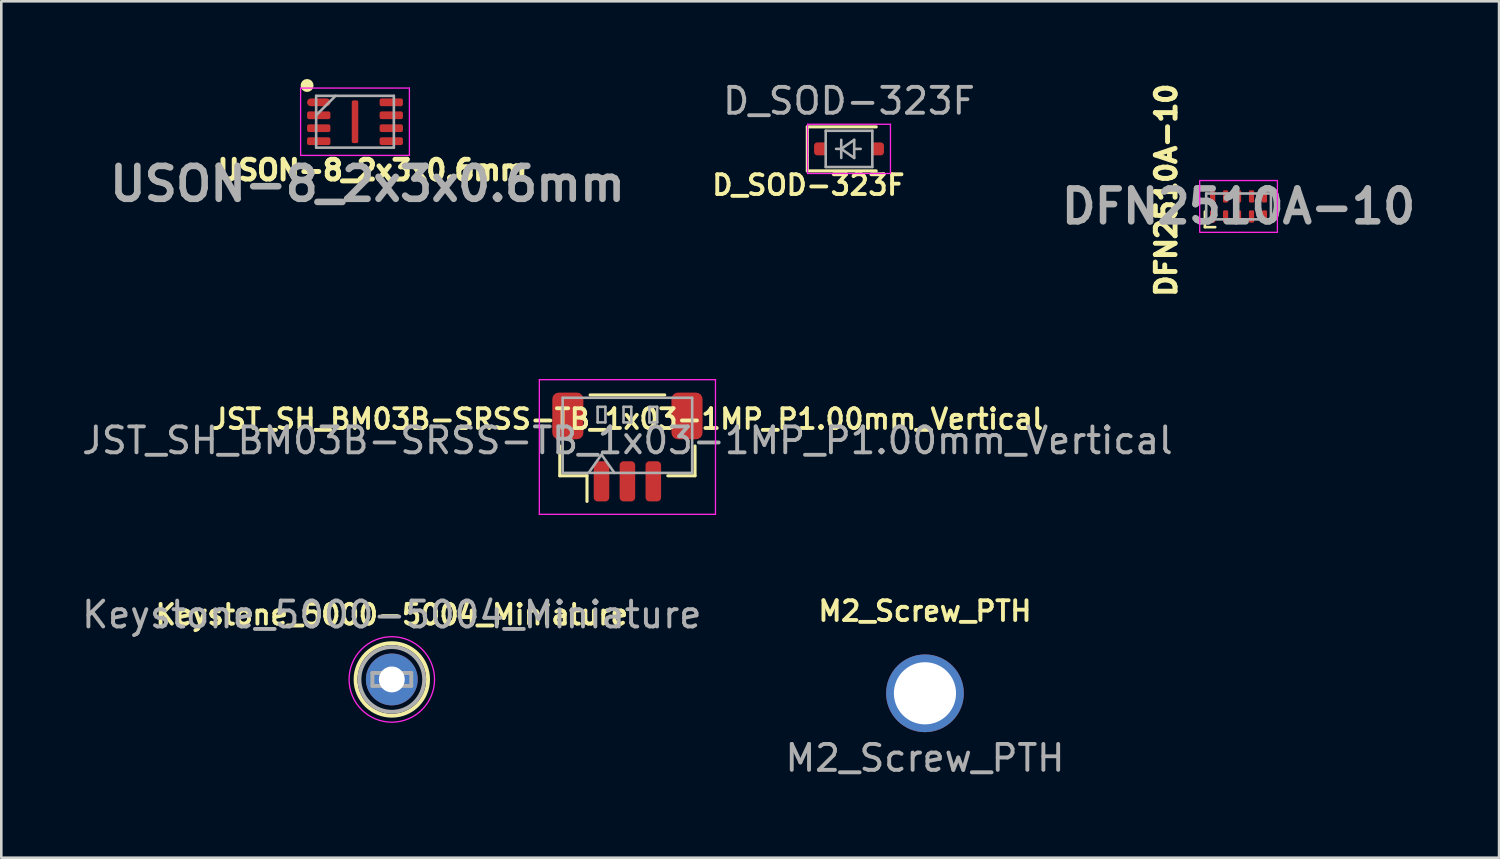
<source format=kicad_pcb>
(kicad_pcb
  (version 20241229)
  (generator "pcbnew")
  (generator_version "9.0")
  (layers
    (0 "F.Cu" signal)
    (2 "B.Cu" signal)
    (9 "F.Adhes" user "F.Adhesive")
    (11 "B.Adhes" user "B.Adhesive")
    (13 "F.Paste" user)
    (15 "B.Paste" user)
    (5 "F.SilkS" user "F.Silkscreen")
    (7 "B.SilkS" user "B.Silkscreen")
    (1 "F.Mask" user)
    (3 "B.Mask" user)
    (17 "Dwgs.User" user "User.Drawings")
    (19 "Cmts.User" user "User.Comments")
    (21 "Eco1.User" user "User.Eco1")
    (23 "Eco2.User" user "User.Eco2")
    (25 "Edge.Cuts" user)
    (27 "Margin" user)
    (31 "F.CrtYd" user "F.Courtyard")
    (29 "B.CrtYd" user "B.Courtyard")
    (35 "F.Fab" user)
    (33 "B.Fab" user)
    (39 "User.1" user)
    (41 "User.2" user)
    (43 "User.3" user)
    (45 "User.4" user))
  (footprint "DFN2510A-10"
    (layer "F.Cu")
    (at 44.768 4.92)
    (property "Reference" "DFN2510A-10" (at -2.794 -0.628 90) (layer "F.SilkS") (effects (font (size 0.762 0.762) (thickness 0.191))))
    (attr smd)
    (fp_line (start -1.3 0.2) (end -1.3 0.8) (stroke (width 0.1) (type default)) (layer "F.SilkS"))
    (fp_line (start -1.3 0.8) (end -0.9 0.8) (stroke (width 0.1) (type default)) (layer "F.SilkS"))
    (fp_rect (start -1.5 -1) (end 1.5 1) (stroke (width 0.05) (type default)) (fill no) (layer "F.CrtYd"))
    (fp_line (start -1.25 -0.5) (end -1.25 0.5) (stroke (width 0.1) (type solid)) (layer "F.Fab"))
    (fp_line (start -1.25 0.5) (end 1.25 0.5) (stroke (width 0.1) (type solid)) (layer "F.Fab"))
    (fp_line (start 1.25 -0.5) (end -1.25 -0.5) (stroke (width 0.1) (type solid)) (layer "F.Fab"))
    (fp_line (start 1.25 0.5) (end 1.25 -0.5) (stroke (width 0.1) (type solid)) (layer "F.Fab"))
    (fp_text user "${REFERENCE}" (at 0 0 0) (layer "F.Fab") (effects (font (size 1.27 1.27) (thickness 0.254))))
    (pad "1" smd roundrect (at -1 0.388) (size 0.2 0.475) (layers "F.Cu" "F.Mask" "F.Paste") (roundrect_rratio 0.25))
    (pad "2" smd roundrect (at -0.5 0.388) (size 0.2 0.475) (layers "F.Cu" "F.Mask" "F.Paste") (roundrect_rratio 0.25))
    (pad "3" smd roundrect (at 0 0.388) (size 0.2 0.475) (layers "F.Cu" "F.Mask" "F.Paste") (roundrect_rratio 0.25))
    (pad "4" smd roundrect (at 0.5 0.388) (size 0.2 0.475) (layers "F.Cu" "F.Mask" "F.Paste") (roundrect_rratio 0.25))
    (pad "5" smd roundrect (at 1 0.388) (size 0.2 0.475) (layers "F.Cu" "F.Mask" "F.Paste") (roundrect_rratio 0.25))
    (pad "6" smd roundrect (at 1 -0.388) (size 0.2 0.475) (layers "F.Cu" "F.Mask" "F.Paste") (roundrect_rratio 0.25))
    (pad "7" smd roundrect (at 0.5 -0.388) (size 0.2 0.475) (layers "F.Cu" "F.Mask" "F.Paste") (roundrect_rratio 0.25))
    (pad "8" smd roundrect (at 0 -0.388) (size 0.2 0.475) (layers "F.Cu" "F.Mask" "F.Paste") (roundrect_rratio 0.25))
    (pad "9" smd roundrect (at -0.5 -0.388) (size 0.2 0.475) (layers "F.Cu" "F.Mask" "F.Paste") (roundrect_rratio 0.25))
    (pad "10" smd roundrect (at -1 -0.388) (size 0.2 0.475) (layers "F.Cu" "F.Mask" "F.Paste") (roundrect_rratio 0.25)))
  (footprint "M2_Screw_PTH"
    (layer "F.Cu")
    (at 32.661 23.717)
    (property "Reference" "M2_Screw_PTH" (at 0 -3.175 0) (unlocked yes) (layer "F.SilkS") (effects (font (size 0.762 0.762) (thickness 0.15))))
    (attr through_hole)
    (fp_text user "${REFERENCE}" (at 0 2.5 0) (unlocked yes) (layer "F.Fab") (effects (font (size 1 1) (thickness 0.15))))
    (pad "1" thru_hole circle (at 0 0) (size 3 3) (drill 2.4) (layers "*.Cu" "*.Mask")))
  (footprint "Keystone_5000-5004_Miniature"
    (layer "F.Cu")
    (at 12.077 23.182)
    (property "Reference" "Keystone_5000-5004_Miniature" (at 0 -2.5 0) (layer "F.SilkS") (effects (font (size 0.762 0.762) (thickness 0.15))))
    (attr through_hole)
    (fp_circle (center 0 0) (end 1.4 0) (stroke (width 0.15) (type solid)) (fill no) (layer "F.SilkS"))
    (fp_circle (center 0 0) (end 1.65 0) (stroke (width 0.05) (type solid)) (fill no) (layer "F.CrtYd"))
    (fp_line (start -0.75 -0.25) (end 0.75 -0.25) (stroke (width 0.15) (type solid)) (layer "F.Fab"))
    (fp_line (start -0.75 0.25) (end -0.75 -0.25) (stroke (width 0.15) (type solid)) (layer "F.Fab"))
    (fp_line (start 0.75 -0.25) (end 0.75 0.25) (stroke (width 0.15) (type solid)) (layer "F.Fab"))
    (fp_line (start 0.75 0.25) (end -0.75 0.25) (stroke (width 0.15) (type solid)) (layer "F.Fab"))
    (fp_circle (center 0 0) (end 1.25 0) (stroke (width 0.15) (type solid)) (fill no) (layer "F.Fab"))
    (fp_text user "${REFERENCE}" (at 0 -2.5 0) (layer "F.Fab") (effects (font (size 1 1) (thickness 0.15))))
    (pad "1" thru_hole circle (at 0 0) (size 2 2) (drill 1) (layers "*.Cu" "*.Mask")))
  (footprint "JST_SH_BM03B-SRSS-TB_1x03-1MP_P1.00mm_Vertical"
    (layer "F.Cu")
    (at 21.173 14.208)
    (property "Reference" "JST_SH_BM03B-SRSS-TB_1x03-1MP_P1.00mm_Vertical" (at 0 -1.079 180) (layer "F.SilkS") (effects (font (size 0.762 0.762) (thickness 0.15))))
    (attr smd)
    (fp_line (start -2.61 1.11) (end -2.61 -0.04) (stroke (width 0.12) (type solid)) (layer "F.SilkS"))
    (fp_line (start -1.56 1.11) (end -2.61 1.11) (stroke (width 0.12) (type solid)) (layer "F.SilkS"))
    (fp_line (start -1.56 2.1) (end -1.56 1.11) (stroke (width 0.12) (type solid)) (layer "F.SilkS"))
    (fp_line (start 1.44 -2.01) (end -1.44 -2.01) (stroke (width 0.12) (type solid)) (layer "F.SilkS"))
    (fp_line (start 1.56 1.11) (end 2.61 1.11) (stroke (width 0.12) (type solid)) (layer "F.SilkS"))
    (fp_line (start 2.61 1.11) (end 2.61 -0.04) (stroke (width 0.12) (type solid)) (layer "F.SilkS"))
    (fp_line (start -3.4 -2.6) (end 3.4 -2.6) (stroke (width 0.05) (type solid)) (layer "F.CrtYd"))
    (fp_line (start -3.4 2.6) (end -3.4 -2.6) (stroke (width 0.05) (type solid)) (layer "F.CrtYd"))
    (fp_line (start 3.4 -2.6) (end 3.4 2.6) (stroke (width 0.05) (type solid)) (layer "F.CrtYd"))
    (fp_line (start 3.4 2.6) (end -3.4 2.6) (stroke (width 0.05) (type solid)) (layer "F.CrtYd"))
    (fp_line (start -2.5 -1.9) (end -2.5 1) (stroke (width 0.1) (type solid)) (layer "F.Fab"))
    (fp_line (start -1.15 -1.55) (end -0.85 -1.55) (stroke (width 0.1) (type solid)) (layer "F.Fab"))
    (fp_line (start -1.15 -0.95) (end -1.15 -1.55) (stroke (width 0.1) (type solid)) (layer "F.Fab"))
    (fp_line (start -1 0.293) (end -1.5 1) (stroke (width 0.1) (type solid)) (layer "F.Fab"))
    (fp_line (start -0.85 -1.55) (end -0.85 -0.95) (stroke (width 0.1) (type solid)) (layer "F.Fab"))
    (fp_line (start -0.85 -0.95) (end -1.15 -0.95) (stroke (width 0.1) (type solid)) (layer "F.Fab"))
    (fp_line (start -0.5 1) (end -1 0.293) (stroke (width 0.1) (type solid)) (layer "F.Fab"))
    (fp_line (start -0.15 -1.55) (end 0.15 -1.55) (stroke (width 0.1) (type solid)) (layer "F.Fab"))
    (fp_line (start -0.15 -0.95) (end -0.15 -1.55) (stroke (width 0.1) (type solid)) (layer "F.Fab"))
    (fp_line (start 0.15 -1.55) (end 0.15 -0.95) (stroke (width 0.1) (type solid)) (layer "F.Fab"))
    (fp_line (start 0.15 -0.95) (end -0.15 -0.95) (stroke (width 0.1) (type solid)) (layer "F.Fab"))
    (fp_line (start 0.85 -1.55) (end 1.15 -1.55) (stroke (width 0.1) (type solid)) (layer "F.Fab"))
    (fp_line (start 0.85 -0.95) (end 0.85 -1.55) (stroke (width 0.1) (type solid)) (layer "F.Fab"))
    (fp_line (start 1.15 -1.55) (end 1.15 -0.95) (stroke (width 0.1) (type solid)) (layer "F.Fab"))
    (fp_line (start 1.15 -0.95) (end 0.85 -0.95) (stroke (width 0.1) (type solid)) (layer "F.Fab"))
    (fp_line (start 2.5 -1.9) (end -2.5 -1.9) (stroke (width 0.1) (type solid)) (layer "F.Fab"))
    (fp_line (start 2.5 -1.9) (end 2.5 1) (stroke (width 0.1) (type solid)) (layer "F.Fab"))
    (fp_line (start 2.5 1) (end -2.5 1) (stroke (width 0.1) (type solid)) (layer "F.Fab"))
    (fp_text user "${REFERENCE}" (at 0 -0.25 180) (layer "F.Fab") (effects (font (size 1 1) (thickness 0.15))))
    (pad "1" smd roundrect (at -1 1.325 180) (size 0.6 1.55) (layers "F.Cu" "F.Mask" "F.Paste") (roundrect_rratio 0.25))
    (pad "2" smd roundrect (at 0 1.325 180) (size 0.6 1.55) (layers "F.Cu" "F.Mask" "F.Paste") (roundrect_rratio 0.25))
    (pad "3" smd roundrect (at 1 1.325 180) (size 0.6 1.55) (layers "F.Cu" "F.Mask" "F.Paste") (roundrect_rratio 0.25))
    (pad "MP" smd roundrect (at -2.3 -1.2 180) (size 1.2 1.8) (layers "F.Cu" "F.Mask" "F.Paste") (roundrect_rratio 0.208))
    (pad "MP" smd roundrect (at 2.3 -1.2 180) (size 1.2 1.8) (layers "F.Cu" "F.Mask" "F.Paste") (roundrect_rratio 0.208)))
  (footprint " USON-8_2x3x0.6mm"
    (layer "F.Cu")
    (at 9.256 0.9)
    (property "Reference" " USON-8_2x3x0.6mm" (at 1.781 2.619 0) (layer "F.SilkS") (effects (font (size 0.762 0.762) (thickness 0.191))))
    (attr smd)
    (fp_circle (center -0.45 -0.65) (end -0.45 -0.525) (stroke (width 0.25) (type solid)) (fill no) (layer "F.SilkS"))
    (fp_line (start -0.7 -0.55) (end 3.5 -0.55) (stroke (width 0.05) (type solid)) (layer "F.CrtYd"))
    (fp_line (start -0.7 2.05) (end -0.7 -0.55) (stroke (width 0.05) (type solid)) (layer "F.CrtYd"))
    (fp_line (start 3.5 -0.55) (end 3.5 2.05) (stroke (width 0.05) (type solid)) (layer "F.CrtYd"))
    (fp_line (start 3.5 2.05) (end -0.7 2.05) (stroke (width 0.05) (type solid)) (layer "F.CrtYd"))
    (fp_line (start -0.1 -0.25) (end 2.9 -0.25) (stroke (width 0.1) (type solid)) (layer "F.Fab"))
    (fp_line (start -0.1 0.5) (end 0.65 -0.25) (stroke (width 0.1) (type solid)) (layer "F.Fab"))
    (fp_line (start -0.1 1.75) (end -0.1 -0.25) (stroke (width 0.1) (type solid)) (layer "F.Fab"))
    (fp_line (start 2.9 -0.25) (end 2.9 1.75) (stroke (width 0.1) (type solid)) (layer "F.Fab"))
    (fp_line (start 2.9 1.75) (end -0.1 1.75) (stroke (width 0.1) (type solid)) (layer "F.Fab"))
    (fp_text user "${REFERENCE}" (at 1.4 3.15 0) (layer "F.Fab") (effects (font (size 1.27 1.27) (thickness 0.254))))
    (pad "1" smd oval (at 0 0 90) (size 0.3 0.9) (layers "F.Cu" "F.Mask" "F.Paste"))
    (pad "2" smd roundrect (at 0 0.5 90) (size 0.3 0.9) (layers "F.Cu" "F.Mask" "F.Paste") (roundrect_rratio 0.25))
    (pad "3" smd roundrect (at 0 1 90) (size 0.3 0.9) (layers "F.Cu" "F.Mask" "F.Paste") (roundrect_rratio 0.25))
    (pad "4" smd roundrect (at 0 1.5 90) (size 0.3 0.9) (layers "F.Cu" "F.Mask" "F.Paste") (roundrect_rratio 0.25))
    (pad "5" smd roundrect (at 2.8 1.5 90) (size 0.3 0.9) (layers "F.Cu" "F.Mask" "F.Paste") (roundrect_rratio 0.25))
    (pad "6" smd roundrect (at 2.8 1 90) (size 0.3 0.9) (layers "F.Cu" "F.Mask" "F.Paste") (roundrect_rratio 0.25))
    (pad "7" smd roundrect (at 2.8 0.5 90) (size 0.3 0.9) (layers "F.Cu" "F.Mask" "F.Paste") (roundrect_rratio 0.25))
    (pad "8" smd roundrect (at 2.8 0 90) (size 0.3 0.9) (layers "F.Cu" "F.Mask" "F.Paste") (roundrect_rratio 0.25))
    (pad "9" smd roundrect (at 1.4 0.75) (size 0.25 1.65) (layers "F.Cu" "F.Mask" "F.Paste") (roundrect_rratio 0.25)))
  (footprint "D_SOD-323F"
    (layer "F.Cu")
    (at 29.729 2.698)
    (property "Reference" "D_SOD-323F" (at -1.567 1.397 180) (layer "F.SilkS") (effects (font (size 0.762 0.762) (thickness 0.15))))
    (attr smd)
    (fp_line (start -1.61 -0.85) (end -1.61 0.85) (stroke (width 0.12) (type solid)) (layer "F.SilkS"))
    (fp_line (start -1.61 -0.85) (end 1.05 -0.85) (stroke (width 0.12) (type solid)) (layer "F.SilkS"))
    (fp_line (start -1.61 0.85) (end 1.05 0.85) (stroke (width 0.12) (type solid)) (layer "F.SilkS"))
    (fp_line (start -1.6 -0.95) (end -1.6 0.95) (stroke (width 0.05) (type solid)) (layer "F.CrtYd"))
    (fp_line (start -1.6 -0.95) (end 1.6 -0.95) (stroke (width 0.05) (type solid)) (layer "F.CrtYd"))
    (fp_line (start -1.6 0.95) (end 1.6 0.95) (stroke (width 0.05) (type solid)) (layer "F.CrtYd"))
    (fp_line (start 1.6 -0.95) (end 1.6 0.95) (stroke (width 0.05) (type solid)) (layer "F.CrtYd"))
    (fp_line (start -0.9 -0.7) (end 0.9 -0.7) (stroke (width 0.1) (type solid)) (layer "F.Fab"))
    (fp_line (start -0.9 0.7) (end -0.9 -0.7) (stroke (width 0.1) (type solid)) (layer "F.Fab"))
    (fp_line (start -0.3 -0.35) (end -0.3 0.35) (stroke (width 0.1) (type solid)) (layer "F.Fab"))
    (fp_line (start -0.3 0) (end -0.5 0) (stroke (width 0.1) (type solid)) (layer "F.Fab"))
    (fp_line (start -0.3 0) (end 0.2 -0.35) (stroke (width 0.1) (type solid)) (layer "F.Fab"))
    (fp_line (start 0.2 -0.35) (end 0.2 0.35) (stroke (width 0.1) (type solid)) (layer "F.Fab"))
    (fp_line (start 0.2 0) (end 0.45 0) (stroke (width 0.1) (type solid)) (layer "F.Fab"))
    (fp_line (start 0.2 0.35) (end -0.3 0) (stroke (width 0.1) (type solid)) (layer "F.Fab"))
    (fp_line (start 0.9 -0.7) (end 0.9 0.7) (stroke (width 0.1) (type solid)) (layer "F.Fab"))
    (fp_line (start 0.9 0.7) (end -0.9 0.7) (stroke (width 0.1) (type solid)) (layer "F.Fab"))
    (fp_text user "${REFERENCE}" (at 0 -1.85 180) (layer "F.Fab") (effects (font (size 1 1) (thickness 0.15))))
    (pad "1" smd roundrect (at -1.1 0) (size 0.5 0.5) (layers "F.Cu" "F.Mask" "F.Paste") (roundrect_rratio 0.25))
    (pad "2" smd roundrect (at 1.1 0) (size 0.5 0.5) (layers "F.Cu" "F.Mask" "F.Paste") (roundrect_rratio 0.25)))
  (gr_rect
    (start -3 -3)
    (end 54.826 30.065)
    (stroke (width 0.1) (type default))
    (fill no)
    (layer "Edge.Cuts")))
</source>
